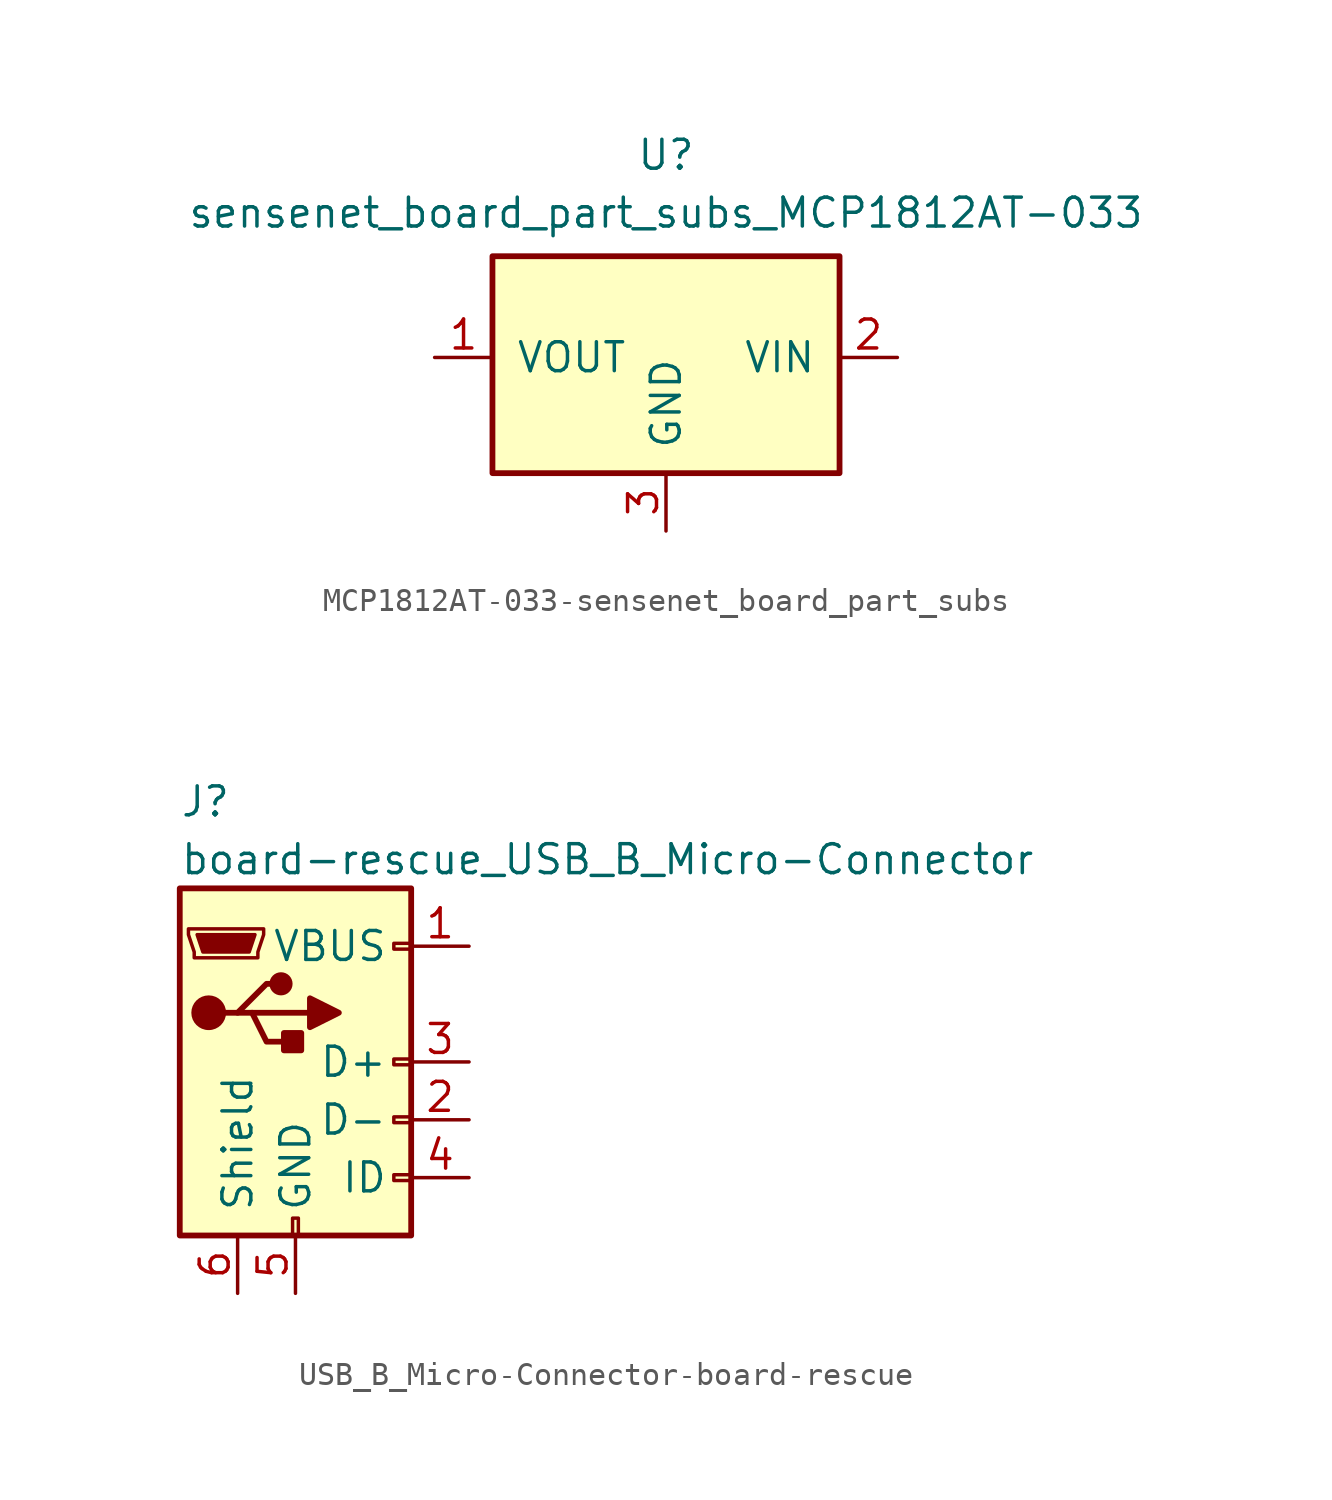
<source format=kicad_sym>
(kicad_symbol_lib
  (version 20220914)
  (generator kicad_symbol_editor)
  (symbol "MCP1812AT-033-sensenet_board_part_subs"
    (pin_names
      (offset 1.016))
    (property "Reference" "U"
      (at 0 8.89 0)
      (effects (font (size 1.27 1.27))))
    (property "Value" "sensenet_board_part_subs_MCP1812AT-033"
      (at 0 6.35 0)
      (effects (font (size 1.27 1.27))))
    (symbol "MCP1812AT-033-sensenet_board_part_subs_1_1"
      (rectangle (start -7.62 -5.08) (end 7.62 4.445) (stroke (width 0.254) (type solid)) (fill (type background)))
      (pin power_out line (at -10.16 0 0) (length 2.54) (name "VOUT" (effects (font (size 1.27 1.27)))) (number "1" (effects (font (size 1.27 1.27)))))
      (pin power_in line (at 10.16 0 180) (length 2.54) (name "VIN" (effects (font (size 1.27 1.27)))) (number "2" (effects (font (size 1.27 1.27)))))
      (pin power_in line (at 0 -7.62 90) (length 2.54) (name "GND" (effects (font (size 1.27 1.27)))) (number "3" (effects (font (size 1.27 1.27)))))))
  (symbol "USB_B_Micro-Connector-board-rescue"
    (pin_names
      (offset 1.016))
    (property "Reference" "J"
      (at -5.08 11.43 0)
      (effects (font (size 1.27 1.27)) (justify left)))
    (property "Value" "board-rescue_USB_B_Micro-Connector"
      (at -5.08 8.89 0)
      (effects (font (size 1.27 1.27)) (justify left)))
    (symbol "USB_B_Micro-Connector-board-rescue_0_1"
      (rectangle (start -5.08 -7.62) (end 5.08 7.62) (stroke (width 0.254) (type solid)) (fill (type background)))
      (circle (center -3.81 2.159) (radius 0.635) (stroke (width 0.254) (type solid)) (fill (type outline)))
      (circle (center -0.635 3.429) (radius 0.381) (stroke (width 0.254) (type solid)) (fill (type outline)))
      (rectangle (start -0.127 -7.62) (end 0.127 -6.858) (stroke (width 0) (type solid)) (fill (type none)))
      (polyline (pts (xy -1.905 2.159) (xy 0.635 2.159)) (stroke (width 0.254) (type solid)) (fill (type none)))
      (polyline (pts (xy -3.175 2.159) (xy -2.54 2.159) (xy -1.27 3.429) (xy -0.635 3.429)) (stroke (width 0.254) (type solid)) (fill (type none)))
      (polyline (pts (xy -2.54 2.159) (xy -1.905 2.159) (xy -1.27 0.889) (xy 0 0.889)) (stroke (width 0.254) (type solid)) (fill (type none)))
      (polyline (pts (xy 0.635 2.794) (xy 0.635 1.524) (xy 1.905 2.159) (xy 0.635 2.794)) (stroke (width 0.254) (type solid)) (fill (type outline)))
      (polyline (pts (xy -4.318 5.588) (xy -1.778 5.588) (xy -2.032 4.826) (xy -4.064 4.826) (xy -4.318 5.588)) (stroke (width 0) (type solid)) (fill (type outline)))
      (polyline (pts (xy -4.699 5.842) (xy -4.699 5.588) (xy -4.445 4.826) (xy -4.445 4.572) (xy -1.651 4.572) (xy -1.651 4.826) (xy -1.397 5.588) (xy -1.397 5.842) (xy -4.699 5.842)) (stroke (width 0) (type solid)) (fill (type none)))
      (rectangle (start 0.254 1.27) (end -0.508 0.508) (stroke (width 0.254) (type solid)) (fill (type outline)))
      (rectangle (start 5.08 -5.207) (end 4.318 -4.953) (stroke (width 0) (type solid)) (fill (type none)))
      (rectangle (start 5.08 -2.667) (end 4.318 -2.413) (stroke (width 0) (type solid)) (fill (type none)))
      (rectangle (start 5.08 -0.127) (end 4.318 0.127) (stroke (width 0) (type solid)) (fill (type none)))
      (rectangle (start 5.08 4.953) (end 4.318 5.207) (stroke (width 0) (type solid)) (fill (type none))))
    (symbol "USB_B_Micro-Connector-board-rescue_1_1"
      (pin power_out line (at 7.62 5.08 180) (length 2.54) (name "VBUS" (effects (font (size 1.27 1.27)))) (number "1" (effects (font (size 1.27 1.27)))))
      (pin passive line (at 7.62 -2.54 180) (length 2.54) (name "D-" (effects (font (size 1.27 1.27)))) (number "2" (effects (font (size 1.27 1.27)))))
      (pin passive line (at 7.62 0 180) (length 2.54) (name "D+" (effects (font (size 1.27 1.27)))) (number "3" (effects (font (size 1.27 1.27)))))
      (pin passive line (at 7.62 -5.08 180) (length 2.54) (name "ID" (effects (font (size 1.27 1.27)))) (number "4" (effects (font (size 1.27 1.27)))))
      (pin power_out line (at 0 -10.16 90) (length 2.54) (name "GND" (effects (font (size 1.27 1.27)))) (number "5" (effects (font (size 1.27 1.27)))))
      (pin passive line (at -2.54 -10.16 90) (length 2.54) (name "Shield" (effects (font (size 1.27 1.27)))) (number "6" (effects (font (size 1.27 1.27))))))))
</source>
